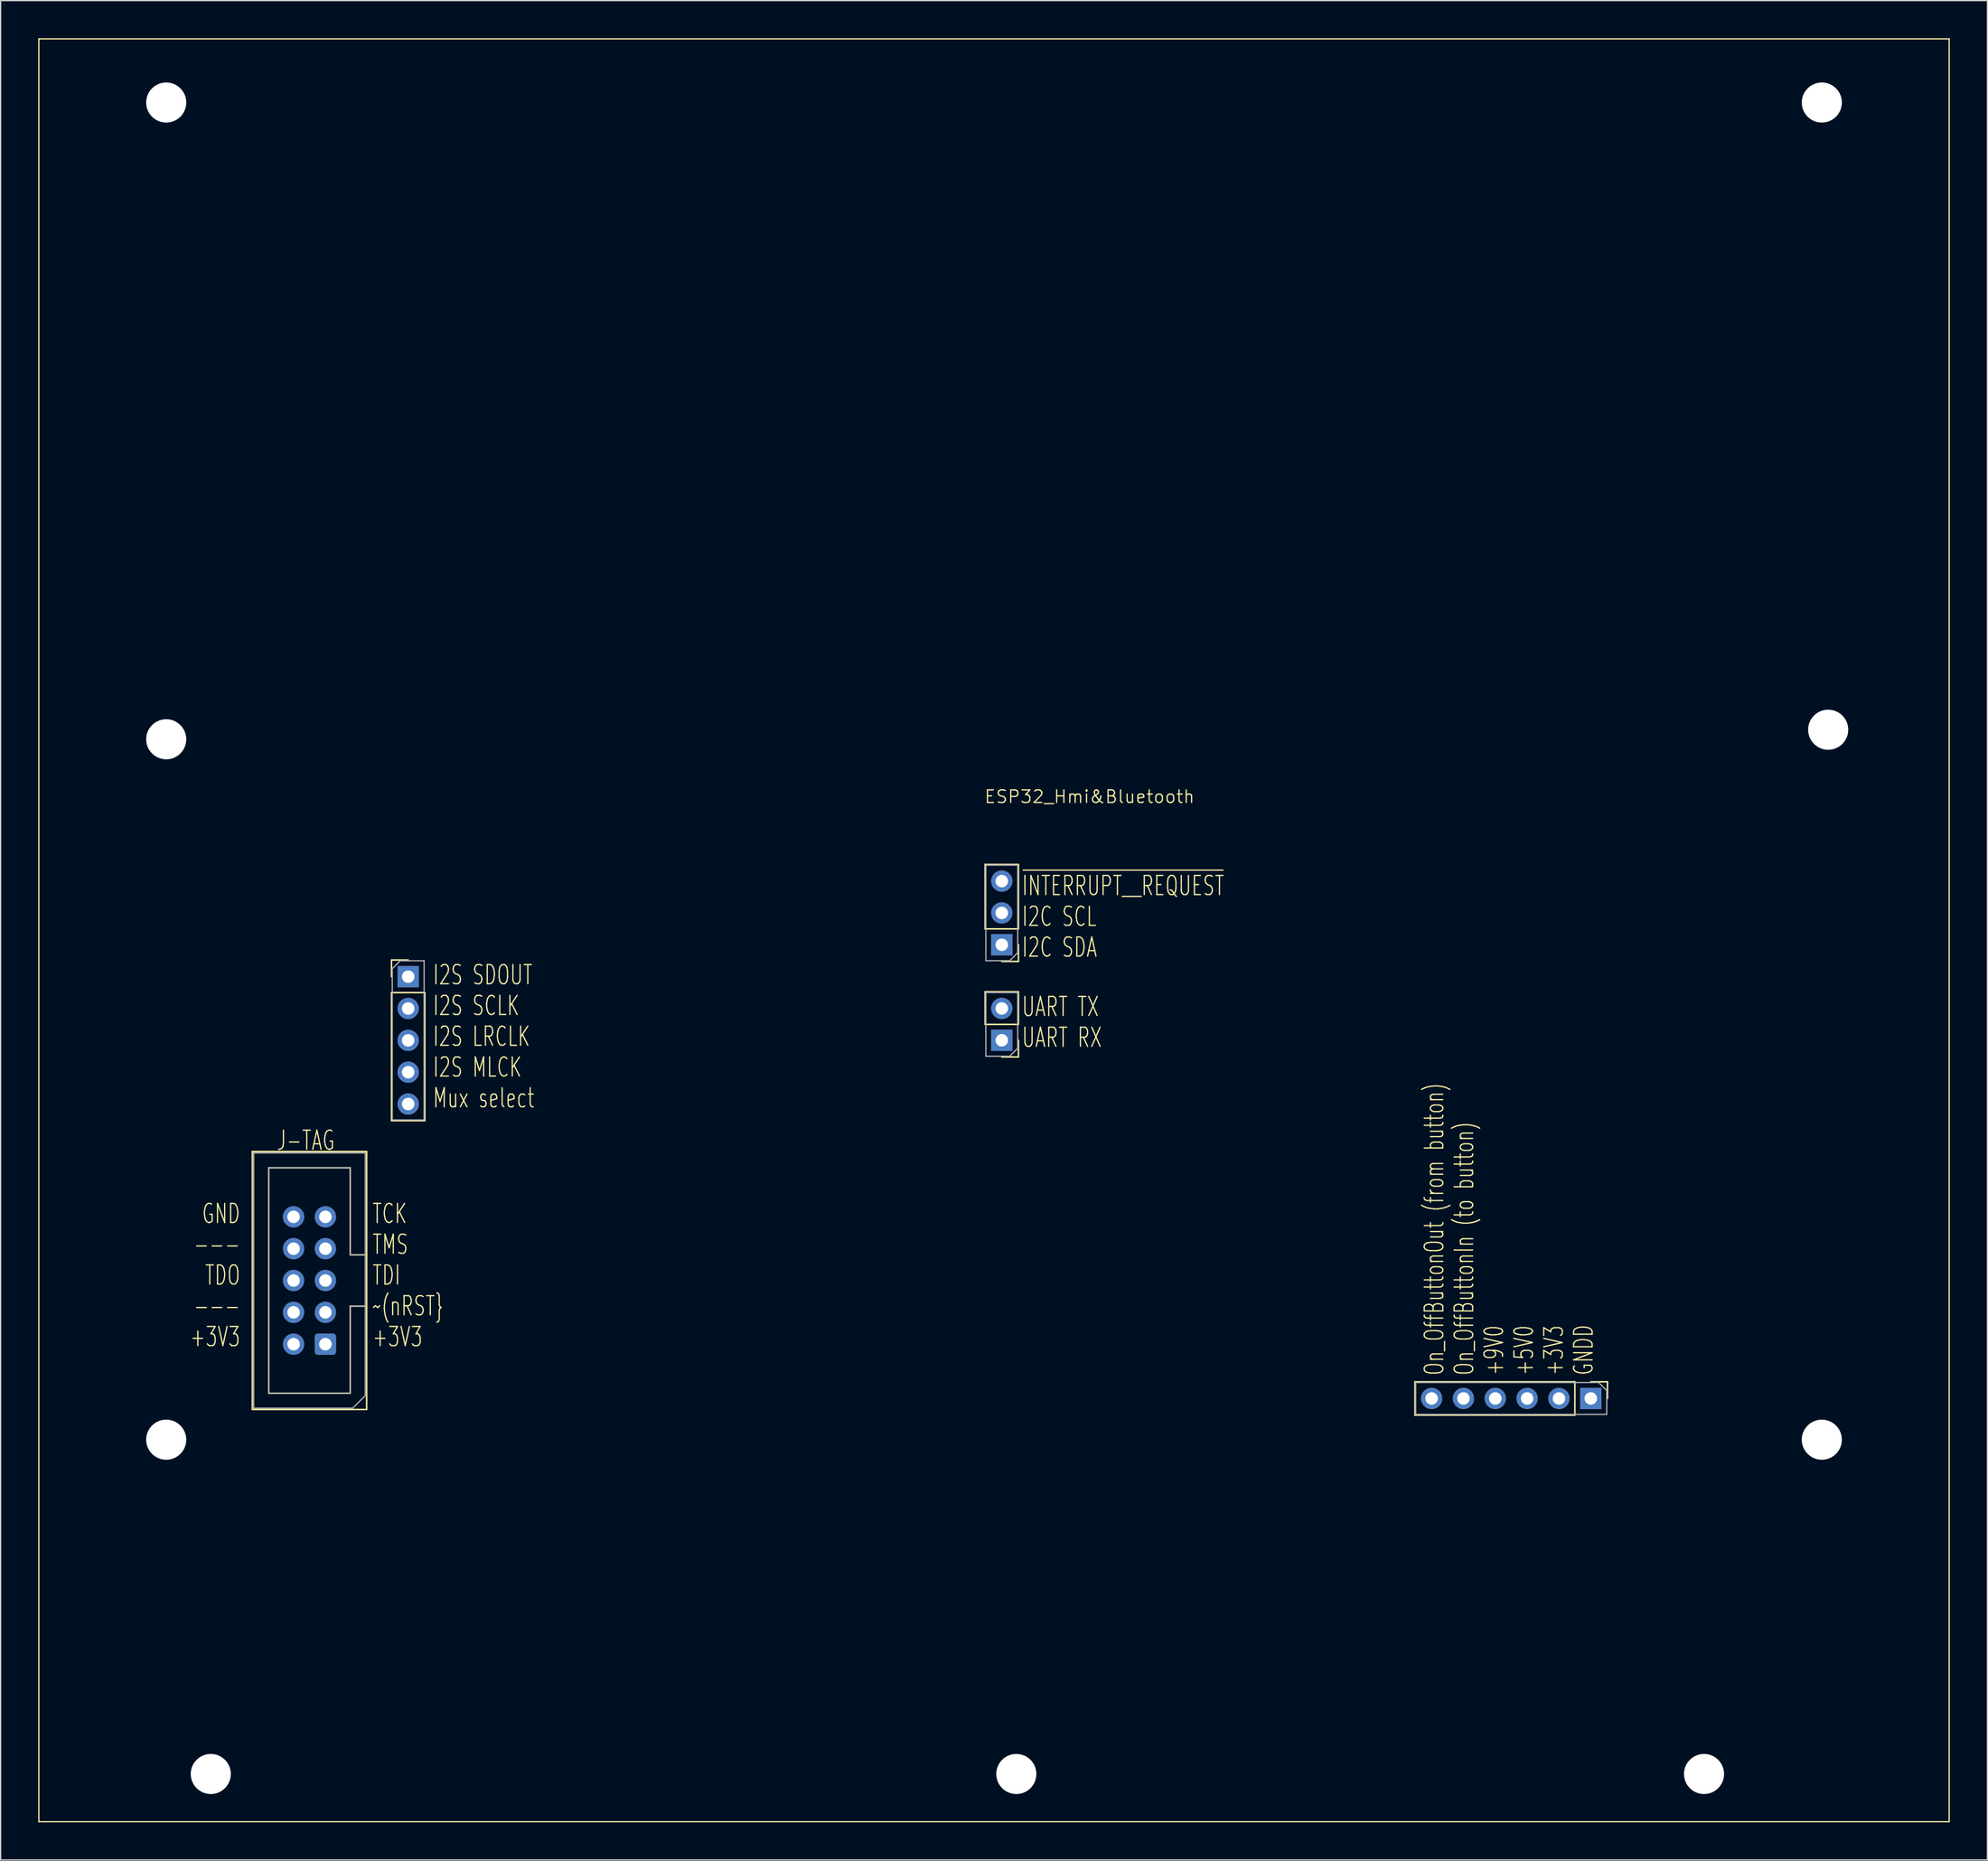
<source format=kicad_pcb>
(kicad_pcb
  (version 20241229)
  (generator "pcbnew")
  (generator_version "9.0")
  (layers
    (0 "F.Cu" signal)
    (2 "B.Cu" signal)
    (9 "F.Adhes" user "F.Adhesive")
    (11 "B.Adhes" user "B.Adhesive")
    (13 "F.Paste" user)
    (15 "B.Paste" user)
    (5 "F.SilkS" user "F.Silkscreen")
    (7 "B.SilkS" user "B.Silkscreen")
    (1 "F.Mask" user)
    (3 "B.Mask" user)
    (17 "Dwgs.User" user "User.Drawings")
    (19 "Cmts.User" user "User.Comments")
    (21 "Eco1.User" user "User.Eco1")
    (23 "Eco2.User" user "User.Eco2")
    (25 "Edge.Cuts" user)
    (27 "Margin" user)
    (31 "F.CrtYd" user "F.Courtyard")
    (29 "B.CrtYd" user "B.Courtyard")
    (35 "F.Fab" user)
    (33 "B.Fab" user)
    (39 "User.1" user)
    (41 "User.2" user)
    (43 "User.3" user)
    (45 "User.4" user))
  (footprint "ESP32_Hmi&Bluetooth"
    (layer "F.Cu")
    (at 83.87 61.01)
    (property "Reference" "ESP32_Hmi&Bluetooth" (at 0 -0.5 0) (unlocked yes) (layer "F.SilkS") (effects (font (size 1 1) (thickness 0.1))))
    (attr smd)
    (fp_line (start -83.82 -60.96) (end -83.82 81.28) (stroke (width 0.1) (type default)) (layer "F.SilkS"))
    (fp_line (start -83.82 81.28) (end 68.58 81.28) (stroke (width 0.1) (type default)) (layer "F.SilkS"))
    (fp_line (start -66.79 27.81) (end -57.67 27.81) (stroke (width 0.12) (type solid)) (layer "F.SilkS"))
    (fp_line (start -66.79 48.39) (end -66.79 27.81) (stroke (width 0.12) (type solid)) (layer "F.SilkS"))
    (fp_line (start -65.48 29.11) (end -58.98 29.11) (stroke (width 0.12) (type solid)) (layer "F.SilkS"))
    (fp_line (start -65.48 47.09) (end -65.48 29.11) (stroke (width 0.12) (type solid)) (layer "F.SilkS"))
    (fp_line (start -58.98 29.11) (end -58.98 36.05) (stroke (width 0.12) (type solid)) (layer "F.SilkS"))
    (fp_line (start -58.98 36.05) (end -58.98 36.05) (stroke (width 0.12) (type solid)) (layer "F.SilkS"))
    (fp_line (start -58.98 36.05) (end -57.67 36.05) (stroke (width 0.12) (type solid)) (layer "F.SilkS"))
    (fp_line (start -58.98 40.15) (end -58.98 47.09) (stroke (width 0.12) (type solid)) (layer "F.SilkS"))
    (fp_line (start -58.98 47.09) (end -65.48 47.09) (stroke (width 0.12) (type solid)) (layer "F.SilkS"))
    (fp_line (start -57.67 27.81) (end -57.67 48.39) (stroke (width 0.12) (type solid)) (layer "F.SilkS"))
    (fp_line (start -57.67 40.15) (end -58.98 40.15) (stroke (width 0.12) (type solid)) (layer "F.SilkS"))
    (fp_line (start -57.67 48.39) (end -66.79 48.39) (stroke (width 0.12) (type solid)) (layer "F.SilkS"))
    (fp_line (start -55.686 12.53) (end -54.356 12.53) (stroke (width 0.12) (type solid)) (layer "F.SilkS"))
    (fp_line (start -55.686 13.86) (end -55.686 12.53) (stroke (width 0.12) (type solid)) (layer "F.SilkS"))
    (fp_line (start -55.686 15.13) (end -55.686 25.35) (stroke (width 0.12) (type solid)) (layer "F.SilkS"))
    (fp_line (start -55.686 15.13) (end -53.026 15.13) (stroke (width 0.12) (type solid)) (layer "F.SilkS"))
    (fp_line (start -55.686 25.35) (end -53.026 25.35) (stroke (width 0.12) (type solid)) (layer "F.SilkS"))
    (fp_line (start -53.026 15.13) (end -53.026 25.35) (stroke (width 0.12) (type solid)) (layer "F.SilkS"))
    (fp_line (start -8.33 10.045) (end -8.33 4.905) (stroke (width 0.12) (type solid)) (layer "F.SilkS"))
    (fp_line (start -8.33 17.665) (end -8.33 15.065) (stroke (width 0.12) (type solid)) (layer "F.SilkS"))
    (fp_line (start -5.67 4.905) (end -8.33 4.905) (stroke (width 0.12) (type solid)) (layer "F.SilkS"))
    (fp_line (start -5.67 10.045) (end -8.33 10.045) (stroke (width 0.12) (type solid)) (layer "F.SilkS"))
    (fp_line (start -5.67 10.045) (end -5.67 4.905) (stroke (width 0.12) (type solid)) (layer "F.SilkS"))
    (fp_line (start -5.67 11.315) (end -5.67 12.645) (stroke (width 0.12) (type solid)) (layer "F.SilkS"))
    (fp_line (start -5.67 12.645) (end -7 12.645) (stroke (width 0.12) (type solid)) (layer "F.SilkS"))
    (fp_line (start -5.67 15.065) (end -8.33 15.065) (stroke (width 0.12) (type solid)) (layer "F.SilkS"))
    (fp_line (start -5.67 17.665) (end -8.33 17.665) (stroke (width 0.12) (type solid)) (layer "F.SilkS"))
    (fp_line (start -5.67 17.665) (end -5.67 15.065) (stroke (width 0.12) (type solid)) (layer "F.SilkS"))
    (fp_line (start -5.67 18.935) (end -5.67 20.265) (stroke (width 0.12) (type solid)) (layer "F.SilkS"))
    (fp_line (start -5.67 20.265) (end -7 20.265) (stroke (width 0.12) (type solid)) (layer "F.SilkS"))
    (fp_line (start 25.96 46.18) (end 25.96 48.84) (stroke (width 0.12) (type solid)) (layer "F.SilkS"))
    (fp_line (start 38.72 46.18) (end 25.96 46.18) (stroke (width 0.12) (type solid)) (layer "F.SilkS"))
    (fp_line (start 38.72 46.18) (end 38.72 48.84) (stroke (width 0.12) (type solid)) (layer "F.SilkS"))
    (fp_line (start 38.72 48.84) (end 25.96 48.84) (stroke (width 0.12) (type solid)) (layer "F.SilkS"))
    (fp_line (start 39.99 46.18) (end 41.32 46.18) (stroke (width 0.12) (type solid)) (layer "F.SilkS"))
    (fp_line (start 41.32 46.18) (end 41.32 47.51) (stroke (width 0.12) (type solid)) (layer "F.SilkS"))
    (fp_line (start 68.58 -60.96) (end -83.82 -60.96) (stroke (width 0.1) (type default)) (layer "F.SilkS"))
    (fp_line (start 68.58 -60.96) (end 68.58 81.28) (stroke (width 0.1) (type default)) (layer "F.SilkS"))
    (fp_line (start -66.68 27.92) (end -57.78 27.92) (stroke (width 0.1) (type solid)) (layer "F.Fab"))
    (fp_line (start -66.68 48.28) (end -66.68 27.92) (stroke (width 0.1) (type solid)) (layer "F.Fab"))
    (fp_line (start -65.48 29.11) (end -58.98 29.11) (stroke (width 0.1) (type solid)) (layer "F.Fab"))
    (fp_line (start -65.48 47.09) (end -65.48 29.11) (stroke (width 0.1) (type solid)) (layer "F.Fab"))
    (fp_line (start -58.98 29.11) (end -58.98 36.05) (stroke (width 0.1) (type solid)) (layer "F.Fab"))
    (fp_line (start -58.98 36.05) (end -58.98 36.05) (stroke (width 0.1) (type solid)) (layer "F.Fab"))
    (fp_line (start -58.98 36.05) (end -57.78 36.05) (stroke (width 0.1) (type solid)) (layer "F.Fab"))
    (fp_line (start -58.98 40.15) (end -58.98 47.09) (stroke (width 0.1) (type solid)) (layer "F.Fab"))
    (fp_line (start -58.98 47.09) (end -65.48 47.09) (stroke (width 0.1) (type solid)) (layer "F.Fab"))
    (fp_line (start -58.78 48.28) (end -66.68 48.28) (stroke (width 0.1) (type solid)) (layer "F.Fab"))
    (fp_line (start -57.78 27.92) (end -57.78 47.28) (stroke (width 0.1) (type solid)) (layer "F.Fab"))
    (fp_line (start -57.78 40.15) (end -58.98 40.15) (stroke (width 0.1) (type solid)) (layer "F.Fab"))
    (fp_line (start -57.78 47.28) (end -58.78 48.28) (stroke (width 0.1) (type solid)) (layer "F.Fab"))
    (fp_line (start -55.626 13.225) (end -54.991 12.59) (stroke (width 0.1) (type solid)) (layer "F.Fab"))
    (fp_line (start -55.626 25.29) (end -55.626 13.225) (stroke (width 0.1) (type solid)) (layer "F.Fab"))
    (fp_line (start -54.991 12.59) (end -53.086 12.59) (stroke (width 0.1) (type solid)) (layer "F.Fab"))
    (fp_line (start -53.086 12.59) (end -53.086 25.29) (stroke (width 0.1) (type solid)) (layer "F.Fab"))
    (fp_line (start -53.086 25.29) (end -55.626 25.29) (stroke (width 0.1) (type solid)) (layer "F.Fab"))
    (fp_line (start -8.27 4.965) (end -5.73 4.965) (stroke (width 0.1) (type solid)) (layer "F.Fab"))
    (fp_line (start -8.27 12.585) (end -8.27 4.965) (stroke (width 0.1) (type solid)) (layer "F.Fab"))
    (fp_line (start -8.27 15.125) (end -5.73 15.125) (stroke (width 0.1) (type solid)) (layer "F.Fab"))
    (fp_line (start -8.27 20.205) (end -8.27 15.125) (stroke (width 0.1) (type solid)) (layer "F.Fab"))
    (fp_line (start -6.365 12.585) (end -8.27 12.585) (stroke (width 0.1) (type solid)) (layer "F.Fab"))
    (fp_line (start -6.365 20.205) (end -8.27 20.205) (stroke (width 0.1) (type solid)) (layer "F.Fab"))
    (fp_line (start -5.73 4.965) (end -5.73 11.95) (stroke (width 0.1) (type solid)) (layer "F.Fab"))
    (fp_line (start -5.73 11.95) (end -6.365 12.585) (stroke (width 0.1) (type solid)) (layer "F.Fab"))
    (fp_line (start -5.73 15.125) (end -5.73 19.57) (stroke (width 0.1) (type solid)) (layer "F.Fab"))
    (fp_line (start -5.73 19.57) (end -6.365 20.205) (stroke (width 0.1) (type solid)) (layer "F.Fab"))
    (fp_line (start 26.02 46.24) (end 40.625 46.24) (stroke (width 0.1) (type solid)) (layer "F.Fab"))
    (fp_line (start 26.02 48.78) (end 26.02 46.24) (stroke (width 0.1) (type solid)) (layer "F.Fab"))
    (fp_line (start 40.625 46.24) (end 41.26 46.875) (stroke (width 0.1) (type solid)) (layer "F.Fab"))
    (fp_line (start 41.26 46.875) (end 41.26 48.78) (stroke (width 0.1) (type solid)) (layer "F.Fab"))
    (fp_line (start 41.26 48.78) (end 26.02 48.78) (stroke (width 0.1) (type solid)) (layer "F.Fab"))
    (fp_text_box "~{INTERRUPT__REQUEST}\nI2C SCL\nI2C SDA" (start -6.604 4.572) (end 3.556 9.652) (margins 1.144 1.144 1.144 1.144) (layer "F.SilkS") (effects (font (size 1.525 1) (thickness 0.1)) (justify left top)) (border no) (stroke (width -0.000001) (type solid)))
    (fp_text_box "I2S SDOUT\nI2S SCLK\nI2S LRCLK\nI2S MLCK\nMux select" (start -53.594 11.684) (end -36.322 25.4) (margins 1.144 1.144 1.144 1.144) (layer "F.SilkS") (effects (font (size 1.525 1) (thickness 0.1)) (justify left top)) (border no) (stroke (width -0.000001) (type solid)))
    (fp_text_box "TCK\nTMS\nTDI\n~(nRST}\n+3V3" (start -58.42 30.734) (end -51.816 44.45) (margins 1.144 1.144 1.144 1.144) (layer "F.SilkS") (effects (font (size 1.525 1) (thickness 0.1)) (justify left top)) (border no) (stroke (width -0.000001) (type solid)))
    (fp_text_box "GND\n---\nTDO\n---\n+3V3" (start -73.152 30.734) (end -66.548 44.45) (margins 1.144 1.144 1.144 1.144) (layer "F.SilkS") (effects (font (size 1.525 1) (thickness 0.1)) (justify right top)) (border no) (stroke (width -0.000001) (type solid)))
    (fp_text_box "J-TAG" (start -66.04 24.892) (end -55.88 29.972) (margins 1.144 1.144 1.144 1.144) (layer "F.SilkS") (effects (font (size 1.525 1) (thickness 0.1)) (justify left top)) (border no) (stroke (width -0.000001) (type solid)))
    (fp_text_box "UART TX\nUART RX" (start -6.604 14.224) (end 3.556 19.304) (margins 1.144 1.144 1.144 1.144) (layer "F.SilkS") (effects (font (size 1.525 1) (thickness 0.1)) (justify left top)) (border no) (stroke (width -0.000001) (type solid)))
    (fp_text_box "On_OffButtonOut (from button)\nOn_OffButtonIn (to button)\n+9V0\n+5V0\n+3V3\nGNDD" (start 25.527 46.845) (end 43.688 21.191) (margins 1.11 1.11 1.11 1.11) (angle 90) (layer "F.SilkS") (effects (font (size 1.48 1) (thickness 0.1)) (justify left top)) (border no) (stroke (width -0.000001) (type solid)))
    (pad "" np_thru_hole circle (at -73.66 -55.88) (size 3.2 3.2) (drill 3.2) (layers "*.Cu" "*.Mask"))
    (pad "" np_thru_hole circle (at -73.66 -5.08) (size 3.2 3.2) (drill 3.2) (layers "*.Cu" "*.Mask"))
    (pad "" np_thru_hole circle (at -73.66 50.8) (size 3.2 3.2) (drill 3.2) (layers "*.Cu" "*.Mask"))
    (pad "" np_thru_hole circle (at -70.104 77.47) (size 3.2 3.2) (drill 3.2) (layers "*.Cu" "*.Mask"))
    (pad "" np_thru_hole circle (at -5.842 77.47) (size 3.2 3.2) (drill 3.2) (layers "*.Cu" "*.Mask"))
    (pad "" np_thru_hole circle (at 49.022 77.47) (size 3.2 3.2) (drill 3.2) (layers "*.Cu" "*.Mask"))
    (pad "" np_thru_hole circle (at 58.42 -55.88) (size 3.2 3.2) (drill 3.2) (layers "*.Cu" "*.Mask"))
    (pad "" np_thru_hole circle (at 58.42 50.8) (size 3.2 3.2) (drill 3.2) (layers "*.Cu" "*.Mask"))
    (pad "" np_thru_hole circle (at 58.928 -5.842) (size 3.2 3.2) (drill 3.2) (layers "*.Cu" "*.Mask"))
    (pad "1" thru_hole roundrect (at -60.96 43.18 180) (size 1.7 1.7) (drill 1) (layers "*.Cu" "*.Mask") (roundrect_rratio 0.147))
    (pad "2" thru_hole circle (at -63.5 43.18 180) (size 1.7 1.7) (drill 1) (layers "*.Cu" "*.Mask"))
    (pad "3" thru_hole circle (at -60.96 40.64 180) (size 1.7 1.7) (drill 1) (layers "*.Cu" "*.Mask"))
    (pad "4" thru_hole circle (at -63.5 40.64 180) (size 1.7 1.7) (drill 1) (layers "*.Cu" "*.Mask"))
    (pad "5" thru_hole circle (at -60.96 38.1 180) (size 1.7 1.7) (drill 1) (layers "*.Cu" "*.Mask"))
    (pad "6" thru_hole circle (at -63.5 38.1 180) (size 1.7 1.7) (drill 1) (layers "*.Cu" "*.Mask"))
    (pad "7" thru_hole circle (at -60.96 35.56 180) (size 1.7 1.7) (drill 1) (layers "*.Cu" "*.Mask"))
    (pad "8" thru_hole circle (at -63.5 35.56 180) (size 1.7 1.7) (drill 1) (layers "*.Cu" "*.Mask"))
    (pad "9" thru_hole circle (at -60.96 33.02 180) (size 1.7 1.7) (drill 1) (layers "*.Cu" "*.Mask"))
    (pad "10" thru_hole circle (at -63.5 33.02 180) (size 1.7 1.7) (drill 1) (layers "*.Cu" "*.Mask"))
    (pad "H1" thru_hole rect (at 39.99 47.51 270) (size 1.7 1.7) (drill 1) (layers "*.Cu" "*.Mask"))
    (pad "H2" thru_hole oval (at 37.45 47.51) (size 1.7 1.7) (drill 1) (layers "*.Cu" "*.Mask"))
    (pad "H3" thru_hole oval (at 34.91 47.51 270) (size 1.7 1.7) (drill 1) (layers "*.Cu" "*.Mask"))
    (pad "H4" thru_hole oval (at 32.37 47.51 270) (size 1.7 1.7) (drill 1) (layers "*.Cu" "*.Mask"))
    (pad "H5" thru_hole oval (at 29.83 47.51 270) (size 1.7 1.7) (drill 1) (layers "*.Cu" "*.Mask"))
    (pad "H6" thru_hole oval (at 27.29 47.51 270) (size 1.7 1.7) (drill 1) (layers "*.Cu" "*.Mask"))
    (pad "I2C_INT" thru_hole oval (at -7 6.235 180) (size 1.7 1.7) (drill 1) (layers "*.Cu" "*.Mask"))
    (pad "I2C_SCL" thru_hole oval (at -7 8.775 180) (size 1.7 1.7) (drill 1) (layers "*.Cu" "*.Mask"))
    (pad "I2C_SDA" thru_hole rect (at -7 11.315 180) (size 1.7 1.7) (drill 1) (layers "*.Cu" "*.Mask"))
    (pad "I2S_1" thru_hole rect (at -54.356 13.86) (size 1.7 1.7) (drill 1) (layers "*.Cu" "*.Mask"))
    (pad "I2S_2" thru_hole oval (at -54.356 16.4) (size 1.7 1.7) (drill 1) (layers "*.Cu" "*.Mask"))
    (pad "I2S_3" thru_hole oval (at -54.356 18.94) (size 1.7 1.7) (drill 1) (layers "*.Cu" "*.Mask"))
    (pad "I2S_4" thru_hole oval (at -54.356 21.48) (size 1.7 1.7) (drill 1) (layers "*.Cu" "*.Mask"))
    (pad "I2S_5" thru_hole oval (at -54.356 24.02) (size 1.7 1.7) (drill 1) (layers "*.Cu" "*.Mask"))
    (pad "U_RX" thru_hole rect (at -7 18.935 180) (size 1.7 1.7) (drill 1) (layers "*.Cu" "*.Mask"))
    (pad "U_TX" thru_hole oval (at -7 16.395 180) (size 1.7 1.7) (drill 1) (layers "*.Cu" "*.Mask")))
  (gr_rect
    (start -3 -3)
    (end 155.5 145.34)
    (stroke (width 0.1) (type default))
    (fill no)
    (layer "Edge.Cuts")))
</source>
